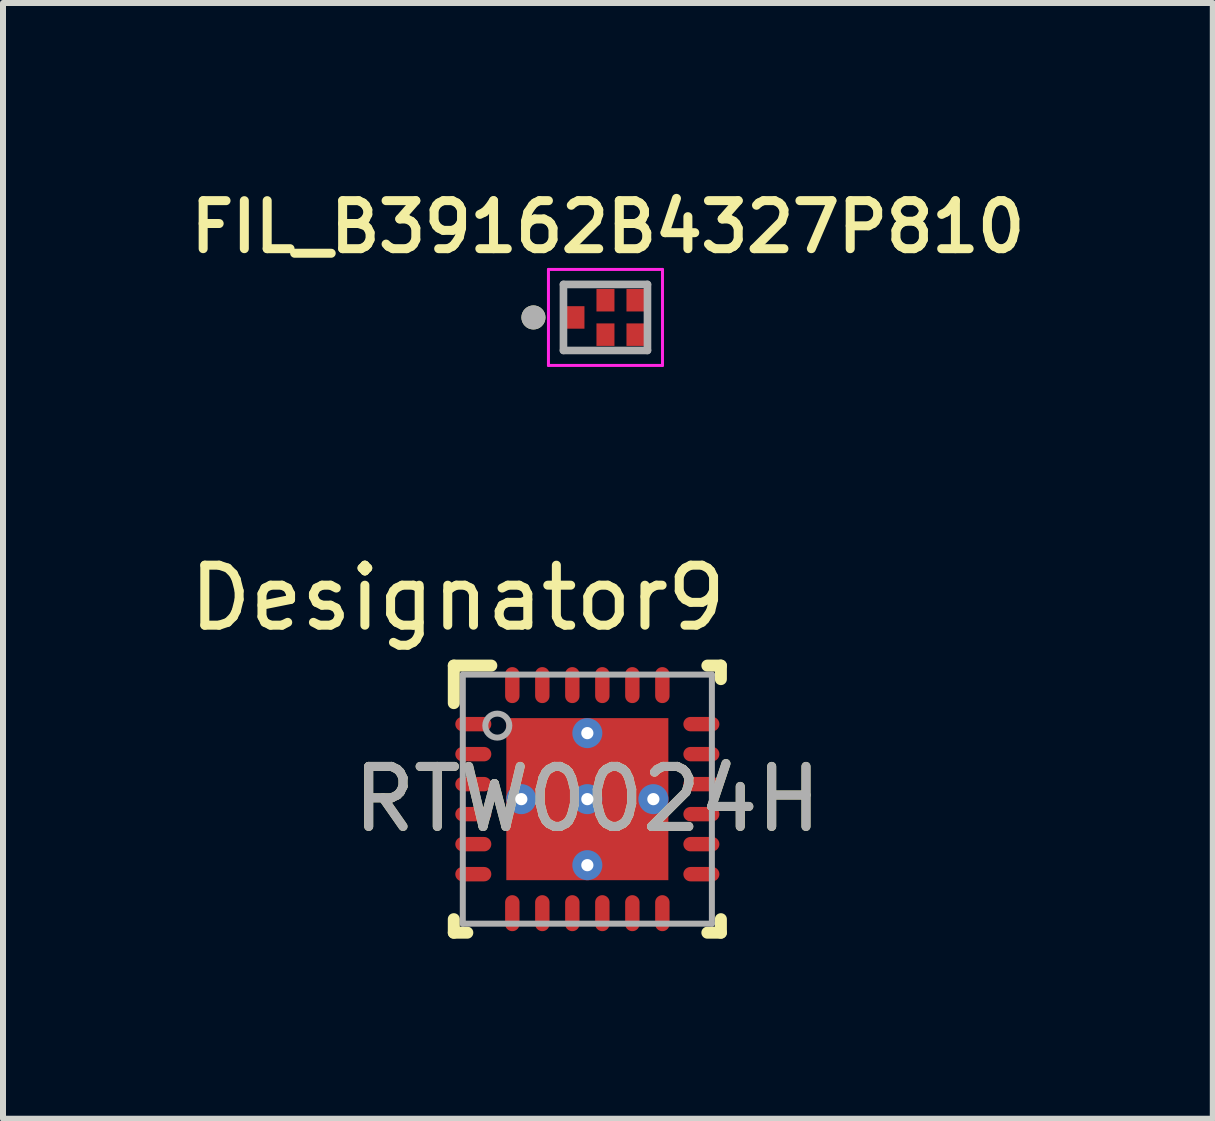
<source format=kicad_pcb>
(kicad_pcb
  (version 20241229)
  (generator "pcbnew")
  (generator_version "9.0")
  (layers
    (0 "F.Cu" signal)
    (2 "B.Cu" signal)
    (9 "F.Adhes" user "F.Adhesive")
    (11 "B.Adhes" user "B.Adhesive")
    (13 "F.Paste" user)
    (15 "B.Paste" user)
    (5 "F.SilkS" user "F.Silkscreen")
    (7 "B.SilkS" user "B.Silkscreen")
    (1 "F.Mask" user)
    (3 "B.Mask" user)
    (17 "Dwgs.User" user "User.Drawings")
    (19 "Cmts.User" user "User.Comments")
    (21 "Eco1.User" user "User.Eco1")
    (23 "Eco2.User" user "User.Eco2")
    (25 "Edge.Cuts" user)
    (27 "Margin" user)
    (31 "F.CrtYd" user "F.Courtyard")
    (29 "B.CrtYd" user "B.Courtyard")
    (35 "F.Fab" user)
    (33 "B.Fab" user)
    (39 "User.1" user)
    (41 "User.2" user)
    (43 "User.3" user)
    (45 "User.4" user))
  (footprint "RTW0024H"
    (layer "F.Cu")
    (at 6.736 10.265)
    (property "Reference" "RTW0024H" (at 0 0 0) (unlocked yes) (layer "F.SilkS") (effects (font (size 1 1) (thickness 0.15))))
    (attr smd)
    (fp_line (start -2.225 -2.225) (end -1.6 -2.225) (stroke (width 0.2) (type solid)) (layer "F.SilkS"))
    (fp_line (start -2.225 -1.6) (end -2.225 -2.225) (stroke (width 0.2) (type solid)) (layer "F.SilkS"))
    (fp_line (start -2.225 2.225) (end -2.225 2) (stroke (width 0.2) (type solid)) (layer "F.SilkS"))
    (fp_line (start -2.225 2.225) (end -2 2.225) (stroke (width 0.2) (type solid)) (layer "F.SilkS"))
    (fp_line (start 2 -2.225) (end 2.225 -2.225) (stroke (width 0.2) (type solid)) (layer "F.SilkS"))
    (fp_line (start 2 2.225) (end 2.225 2.225) (stroke (width 0.2) (type solid)) (layer "F.SilkS"))
    (fp_line (start 2.225 -2) (end 2.225 -2.225) (stroke (width 0.2) (type solid)) (layer "F.SilkS"))
    (fp_line (start 2.225 2.225) (end 2.225 2) (stroke (width 0.2) (type solid)) (layer "F.SilkS"))
    (fp_poly (pts (xy -0.1 -1.288) (xy -1.288 -1.288) (xy -1.288 -0.1) (xy -0.1 -0.1)) (stroke (width 0) (type solid)) (fill yes) (layer "F.Paste"))
    (fp_poly (pts (xy -0.1 0.1) (xy -1.288 0.1) (xy -1.288 1.288) (xy -0.1 1.288)) (stroke (width 0) (type solid)) (fill yes) (layer "F.Paste"))
    (fp_poly (pts (xy 0.1 -0.1) (xy 1.288 -0.1) (xy 1.288 -1.288) (xy 0.1 -1.288)) (stroke (width 0) (type solid)) (fill yes) (layer "F.Paste"))
    (fp_poly (pts (xy 0.1 1.288) (xy 1.288 1.288) (xy 1.288 0.1) (xy 0.1 0.1)) (stroke (width 0) (type solid)) (fill yes) (layer "F.Paste"))
    (fp_line (start -2.075 -2.075) (end 2.075 -2.075) (stroke (width 0.1) (type solid)) (layer "F.Fab"))
    (fp_line (start -2.075 2.075) (end -2.075 -2.075) (stroke (width 0.1) (type solid)) (layer "F.Fab"))
    (fp_line (start -2.075 2.075) (end 2.075 2.075) (stroke (width 0.1) (type solid)) (layer "F.Fab"))
    (fp_line (start 2.075 2.075) (end 2.075 -2.075) (stroke (width 0.1) (type solid)) (layer "F.Fab"))
    (fp_circle (center -1.5 -1.225) (end -1.3 -1.225) (stroke (width 0.1) (type solid)) (fill no) (layer "F.Fab"))
    (fp_text user "Designator9" (at -2.159 -3.353 0) (unlocked yes) (layer "F.SilkS") (effects (font (size 1 1) (thickness 0.15))))
    (fp_text user "${REFERENCE}" (at 0 0 0) (unlocked yes) (layer "F.Fab") (effects (font (size 1 1) (thickness 0.15))))
    (pad "1" smd oval (at -1.9 -1.25 90) (size 0.24 0.6) (layers "F.Cu" "F.Mask" "F.Paste"))
    (pad "2" smd oval (at -1.9 -0.75 90) (size 0.24 0.6) (layers "F.Cu" "F.Mask" "F.Paste"))
    (pad "3" smd oval (at -1.9 -0.25 90) (size 0.24 0.6) (layers "F.Cu" "F.Mask" "F.Paste"))
    (pad "4" smd oval (at -1.9 0.25 90) (size 0.24 0.6) (layers "F.Cu" "F.Mask" "F.Paste"))
    (pad "5" smd oval (at -1.9 0.75 90) (size 0.24 0.6) (layers "F.Cu" "F.Mask" "F.Paste"))
    (pad "6" smd oval (at -1.9 1.25 90) (size 0.24 0.6) (layers "F.Cu" "F.Mask" "F.Paste"))
    (pad "7" smd oval (at -1.25 1.9) (size 0.24 0.6) (layers "F.Cu" "F.Mask" "F.Paste"))
    (pad "8" smd oval (at -0.75 1.9) (size 0.24 0.6) (layers "F.Cu" "F.Mask" "F.Paste"))
    (pad "9" smd oval (at -0.25 1.9) (size 0.24 0.6) (layers "F.Cu" "F.Mask" "F.Paste"))
    (pad "10" smd oval (at 0.25 1.9) (size 0.24 0.6) (layers "F.Cu" "F.Mask" "F.Paste"))
    (pad "11" smd oval (at 0.75 1.9) (size 0.24 0.6) (layers "F.Cu" "F.Mask" "F.Paste"))
    (pad "12" smd oval (at 1.25 1.9) (size 0.24 0.6) (layers "F.Cu" "F.Mask" "F.Paste"))
    (pad "13" smd oval (at 1.9 1.25 90) (size 0.24 0.6) (layers "F.Cu" "F.Mask" "F.Paste"))
    (pad "14" smd oval (at 1.9 0.75 90) (size 0.24 0.6) (layers "F.Cu" "F.Mask" "F.Paste"))
    (pad "15" smd oval (at 1.9 0.25 90) (size 0.24 0.6) (layers "F.Cu" "F.Mask" "F.Paste"))
    (pad "16" smd oval (at 1.9 -0.25 90) (size 0.24 0.6) (layers "F.Cu" "F.Mask" "F.Paste"))
    (pad "17" smd oval (at 1.9 -0.75 90) (size 0.24 0.6) (layers "F.Cu" "F.Mask" "F.Paste"))
    (pad "18" smd oval (at 1.9 -1.25 90) (size 0.24 0.6) (layers "F.Cu" "F.Mask" "F.Paste"))
    (pad "19" smd oval (at 1.25 -1.9) (size 0.24 0.6) (layers "F.Cu" "F.Mask" "F.Paste"))
    (pad "20" smd oval (at 0.75 -1.9) (size 0.24 0.6) (layers "F.Cu" "F.Mask" "F.Paste"))
    (pad "21" smd oval (at 0.25 -1.9) (size 0.24 0.6) (layers "F.Cu" "F.Mask" "F.Paste"))
    (pad "22" smd oval (at -0.25 -1.9) (size 0.24 0.6) (layers "F.Cu" "F.Mask" "F.Paste"))
    (pad "23" smd oval (at -0.75 -1.9) (size 0.24 0.6) (layers "F.Cu" "F.Mask" "F.Paste"))
    (pad "24" smd oval (at -1.25 -1.9) (size 0.24 0.6) (layers "F.Cu" "F.Mask" "F.Paste"))
    (pad "25" smd rect (at 0 0) (size 2.7 2.7) (layers "F.Cu" "F.Mask"))
    (pad "V" thru_hole circle (at -1.1 0) (size 0.5 0.5) (drill 0.203) (layers "*.Cu" "*.Mask"))
    (pad "V" thru_hole circle (at 0 -1.1) (size 0.5 0.5) (drill 0.203) (layers "*.Cu" "*.Mask"))
    (pad "V" thru_hole circle (at 0 0) (size 0.5 0.5) (drill 0.203) (layers "*.Cu" "*.Mask"))
    (pad "V" thru_hole circle (at 0 1.1) (size 0.5 0.5) (drill 0.203) (layers "*.Cu" "*.Mask"))
    (pad "V" thru_hole circle (at 1.1 0) (size 0.5 0.5) (drill 0.203) (layers "*.Cu" "*.Mask")))
  (footprint "FIL_B39162B4327P810"
    (layer "F.Cu")
    (at 7.038 2.239)
    (property "Reference" "FIL_B39162B4327P810" (at 0.04 -1.508 0) (layer "F.SilkS") (effects (font (size 0.8 0.8) (thickness 0.15))))
    (attr smd)
    (fp_rect (start -0.65 -0.188) (end -0.35 0.188) (stroke (width 0.01) (type solid)) (fill yes) (layer "F.Mask"))
    (fp_rect (start -0.15 -0.475) (end 0.15 -0.1) (stroke (width 0.01) (type solid)) (fill yes) (layer "F.Mask"))
    (fp_rect (start -0.15 0.1) (end 0.15 0.475) (stroke (width 0.01) (type solid)) (fill yes) (layer "F.Mask"))
    (fp_rect (start 0.35 -0.475) (end 0.65 -0.1) (stroke (width 0.01) (type solid)) (fill yes) (layer "F.Mask"))
    (fp_rect (start 0.35 0.1) (end 0.65 0.475) (stroke (width 0.01) (type solid)) (fill yes) (layer "F.Mask"))
    (fp_circle (center -1.2 0) (end -1.1 0) (stroke (width 0.2) (type solid)) (fill no) (layer "F.SilkS"))
    (fp_line (start -0.95 -0.8) (end -0.95 0.8) (stroke (width 0.05) (type solid)) (layer "F.CrtYd"))
    (fp_line (start -0.95 -0.8) (end 0.95 -0.8) (stroke (width 0.05) (type solid)) (layer "F.CrtYd"))
    (fp_line (start -0.95 0.8) (end 0.95 0.8) (stroke (width 0.05) (type solid)) (layer "F.CrtYd"))
    (fp_line (start 0.95 -0.8) (end 0.95 0.8) (stroke (width 0.05) (type solid)) (layer "F.CrtYd"))
    (fp_line (start -0.7 -0.55) (end -0.7 0.55) (stroke (width 0.127) (type solid)) (layer "F.Fab"))
    (fp_line (start -0.7 -0.55) (end 0.7 -0.55) (stroke (width 0.127) (type solid)) (layer "F.Fab"))
    (fp_line (start -0.7 0.55) (end 0.7 0.55) (stroke (width 0.127) (type solid)) (layer "F.Fab"))
    (fp_line (start 0.7 0.55) (end 0.7 -0.55) (stroke (width 0.127) (type solid)) (layer "F.Fab"))
    (fp_circle (center -1.2 0) (end -1.1 0) (stroke (width 0.2) (type solid)) (fill no) (layer "F.Fab"))
    (pad "1" smd rect (at -0.5 0) (size 0.3 0.375) (layers "F.Cu" "F.Paste"))
    (pad "2" smd rect (at 0 0.287) (size 0.3 0.375) (layers "F.Cu" "F.Paste"))
    (pad "3" smd rect (at 0.5 0.287) (size 0.3 0.375) (layers "F.Cu" "F.Paste"))
    (pad "4" smd rect (at 0.5 -0.287) (size 0.3 0.375) (layers "F.Cu" "F.Paste"))
    (pad "5" smd rect (at 0 -0.287) (size 0.3 0.375) (layers "F.Cu" "F.Paste")))
  (gr_rect
    (start -3 -3)
    (end 17.157 15.59)
    (stroke (width 0.1) (type default))
    (fill no)
    (layer "Edge.Cuts")))
</source>
